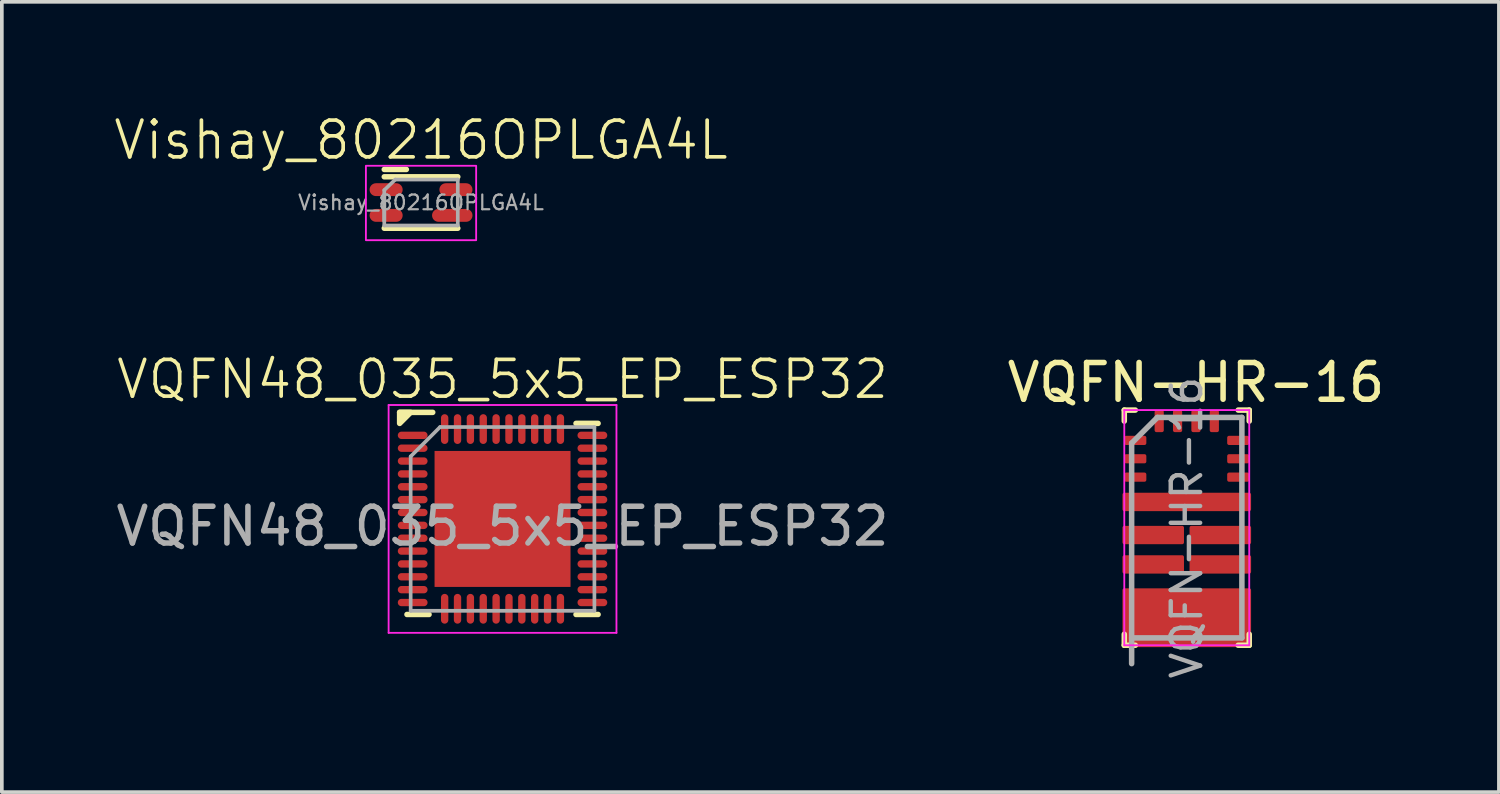
<source format=kicad_pcb>
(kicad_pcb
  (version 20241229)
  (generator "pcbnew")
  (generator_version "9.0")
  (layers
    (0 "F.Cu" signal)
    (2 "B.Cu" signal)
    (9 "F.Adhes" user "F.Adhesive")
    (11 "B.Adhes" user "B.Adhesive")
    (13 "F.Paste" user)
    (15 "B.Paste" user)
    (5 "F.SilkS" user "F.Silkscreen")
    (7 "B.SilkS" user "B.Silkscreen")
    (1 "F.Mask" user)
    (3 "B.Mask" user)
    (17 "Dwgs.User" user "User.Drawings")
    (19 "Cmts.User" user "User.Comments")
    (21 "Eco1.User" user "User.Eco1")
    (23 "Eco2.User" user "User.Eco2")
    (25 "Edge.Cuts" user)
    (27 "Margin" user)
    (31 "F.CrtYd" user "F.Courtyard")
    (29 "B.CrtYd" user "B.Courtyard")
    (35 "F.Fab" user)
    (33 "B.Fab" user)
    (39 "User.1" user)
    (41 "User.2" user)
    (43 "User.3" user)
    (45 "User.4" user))
  (footprint "Vishay_80216OPLGA4L"
    (layer "F.Cu")
    (at 8.407 2.461)
    (property "Reference" "Vishay_80216OPLGA4L" (at 0 -1.7 0) (unlocked yes) (layer "F.SilkS") (effects (font (size 1 1) (thickness 0.1))))
    (attr smd)
    (fp_line (start -1 0.7) (end 1 0.7) (stroke (width 0.15) (type default)) (layer "F.SilkS"))
    (fp_line (start -0.4 -0.9) (end -1 -0.9) (stroke (width 0.15) (type default)) (layer "F.SilkS"))
    (fp_line (start 1 -0.7) (end -1 -0.7) (stroke (width 0.15) (type default)) (layer "F.SilkS"))
    (fp_rect (start -1.5 -1) (end 1.5 1.025) (stroke (width 0.05) (type default)) (fill no) (layer "F.CrtYd"))
    (fp_line (start -1 -0.338) (end -0.7 -0.625) (stroke (width 0.1) (type default)) (layer "F.Fab"))
    (fp_line (start -1 0.5) (end -1 -0.225) (stroke (width 0.1) (type default)) (layer "F.Fab"))
    (fp_line (start -1 0.625) (end -1 -0.338) (stroke (width 0.1) (type default)) (layer "F.Fab"))
    (fp_line (start -0.7 -0.625) (end 1 -0.625) (stroke (width 0.1) (type default)) (layer "F.Fab"))
    (fp_line (start 1 0.625) (end -1 0.625) (stroke (width 0.1) (type default)) (layer "F.Fab"))
    (fp_line (start 1 0.625) (end 1 -0.625) (stroke (width 0.1) (type default)) (layer "F.Fab"))
    (fp_text user "${REFERENCE}" (at 0 0 0) (layer "F.Fab") (effects (font (size 0.4 0.4) (thickness 0.06))))
    (pad "1" smd oval (at -0.95 -0.35) (size 0.9 0.35) (layers "F.Cu" "F.Mask" "F.Paste"))
    (pad "2" smd oval (at -0.95 0.35) (size 0.9 0.35) (layers "F.Cu" "F.Mask" "F.Paste"))
    (pad "3" smd oval (at 0.85 0.35) (size 1.1 0.35) (layers "F.Cu" "F.Mask" "F.Paste"))
    (pad "4" smd oval (at 0.95 -0.35) (size 0.9 0.35) (layers "F.Cu" "F.Mask" "F.Paste")))
  (footprint "VQFN48_035_5x5_EP_ESP32"
    (layer "F.Cu")
    (at 10.625 11.071)
    (property "Reference" "VQFN48_035_5x5_EP_ESP32" (at 0 -3.8 0) (unlocked yes) (layer "F.SilkS") (effects (font (size 1 1) (thickness 0.1))))
    (attr smd)
    (fp_line (start -2.6 2.6) (end -2 2.6) (stroke (width 0.15) (type default)) (layer "F.SilkS"))
    (fp_line (start -1.9 -2.9) (end -2.8 -2.9) (stroke (width 0.15) (type default)) (layer "F.SilkS"))
    (fp_line (start 2.6 -2.6) (end 2 -2.6) (stroke (width 0.15) (type default)) (layer "F.SilkS"))
    (fp_line (start 2.6 2.6) (end 2 2.6) (stroke (width 0.15) (type default)) (layer "F.SilkS"))
    (fp_poly (pts (xy -2.8 -2.6) (xy -2.8 -2.9) (xy -2.5 -2.9)) (stroke (width 0.15) (type solid)) (fill yes) (layer "F.SilkS"))
    (fp_poly (pts (xy -1.49 -1.49) (xy -0.18 -1.49) (xy -0.18 -0.18) (xy -1.49 -0.18)) (stroke (width 0.01) (type solid)) (fill yes) (layer "F.Paste"))
    (fp_poly (pts (xy -1.49 0.18) (xy -0.18 0.18) (xy -0.18 1.49) (xy -1.49 1.49)) (stroke (width 0.01) (type solid)) (fill yes) (layer "F.Paste"))
    (fp_poly (pts (xy 0.18 -1.49) (xy 1.49 -1.49) (xy 1.49 -0.18) (xy 0.18 -0.18)) (stroke (width 0.01) (type solid)) (fill yes) (layer "F.Paste"))
    (fp_poly (pts (xy 0.18 0.18) (xy 1.49 0.18) (xy 1.49 1.49) (xy 0.18 1.49)) (stroke (width 0.01) (type solid)) (fill yes) (layer "F.Paste"))
    (fp_line (start -3.1 -3.1) (end 3.1 -3.1) (stroke (width 0.05) (type solid)) (layer "F.CrtYd"))
    (fp_line (start -3.1 3.1) (end -3.1 -3.1) (stroke (width 0.05) (type solid)) (layer "F.CrtYd"))
    (fp_line (start 3.1 -3.1) (end 3.1 3.1) (stroke (width 0.05) (type solid)) (layer "F.CrtYd"))
    (fp_line (start 3.1 3.1) (end -3.1 3.1) (stroke (width 0.05) (type solid)) (layer "F.CrtYd"))
    (fp_line (start -2.5 -1.7) (end -2.5 2.5) (stroke (width 0.1) (type solid)) (layer "F.Fab"))
    (fp_line (start -2.5 -1.7) (end -1.7 -2.5) (stroke (width 0.1) (type default)) (layer "F.Fab"))
    (fp_line (start -2.5 2.5) (end 2.5 2.5) (stroke (width 0.1) (type solid)) (layer "F.Fab"))
    (fp_line (start 2.5 -2.5) (end -1.7 -2.5) (stroke (width 0.1) (type solid)) (layer "F.Fab"))
    (fp_line (start 2.5 2.5) (end 2.5 -2.5) (stroke (width 0.1) (type solid)) (layer "F.Fab"))
    (fp_text user "${REFERENCE}" (at 0 0.2 0) (unlocked yes) (layer "F.Fab") (effects (font (size 1 1) (thickness 0.15))))
    (pad "1" smd oval (at -2.445 -2.275) (size 0.81 0.2) (layers "F.Cu" "F.Mask" "F.Paste"))
    (pad "2" smd oval (at -2.445 -1.925) (size 0.81 0.2) (layers "F.Cu" "F.Mask" "F.Paste"))
    (pad "3" smd oval (at -2.445 -1.575) (size 0.81 0.2) (layers "F.Cu" "F.Mask" "F.Paste"))
    (pad "4" smd oval (at -2.445 -1.225) (size 0.81 0.2) (layers "F.Cu" "F.Mask" "F.Paste"))
    (pad "5" smd oval (at -2.445 -0.875) (size 0.81 0.2) (layers "F.Cu" "F.Mask" "F.Paste"))
    (pad "6" smd oval (at -2.445 -0.525) (size 0.81 0.2) (layers "F.Cu" "F.Mask" "F.Paste"))
    (pad "7" smd oval (at -2.445 -0.175) (size 0.81 0.2) (layers "F.Cu" "F.Mask" "F.Paste"))
    (pad "8" smd oval (at -2.445 0.175) (size 0.81 0.2) (layers "F.Cu" "F.Mask" "F.Paste"))
    (pad "9" smd oval (at -2.445 0.525) (size 0.81 0.2) (layers "F.Cu" "F.Mask" "F.Paste"))
    (pad "10" smd oval (at -2.445 0.875) (size 0.81 0.2) (layers "F.Cu" "F.Mask" "F.Paste"))
    (pad "11" smd oval (at -2.445 1.225) (size 0.81 0.2) (layers "F.Cu" "F.Mask" "F.Paste"))
    (pad "12" smd oval (at -2.445 1.575) (size 0.81 0.2) (layers "F.Cu" "F.Mask" "F.Paste"))
    (pad "13" smd oval (at -2.445 1.925) (size 0.81 0.2) (layers "F.Cu" "F.Mask" "F.Paste"))
    (pad "14" smd oval (at -2.445 2.275) (size 0.81 0.2) (layers "F.Cu" "F.Mask" "F.Paste"))
    (pad "15" smd oval (at -1.575 2.445) (size 0.2 0.81) (layers "F.Cu" "F.Mask" "F.Paste"))
    (pad "16" smd oval (at -1.225 2.445) (size 0.2 0.81) (layers "F.Cu" "F.Mask" "F.Paste"))
    (pad "17" smd oval (at -0.875 2.445) (size 0.2 0.81) (layers "F.Cu" "F.Mask" "F.Paste"))
    (pad "18" smd oval (at -0.525 2.445) (size 0.2 0.81) (layers "F.Cu" "F.Mask" "F.Paste"))
    (pad "19" smd oval (at -0.175 2.445) (size 0.2 0.81) (layers "F.Cu" "F.Mask" "F.Paste"))
    (pad "20" smd oval (at 0.175 2.445) (size 0.2 0.81) (layers "F.Cu" "F.Mask" "F.Paste"))
    (pad "21" smd oval (at 0.525 2.445) (size 0.2 0.81) (layers "F.Cu" "F.Mask" "F.Paste"))
    (pad "22" smd oval (at 0.875 2.445) (size 0.2 0.81) (layers "F.Cu" "F.Mask" "F.Paste"))
    (pad "23" smd oval (at 1.225 2.445) (size 0.2 0.81) (layers "F.Cu" "F.Mask" "F.Paste"))
    (pad "24" smd oval (at 1.575 2.445) (size 0.2 0.81) (layers "F.Cu" "F.Mask" "F.Paste"))
    (pad "25" smd oval (at 2.445 2.275) (size 0.81 0.2) (layers "F.Cu" "F.Mask" "F.Paste"))
    (pad "26" smd oval (at 2.445 1.925) (size 0.81 0.2) (layers "F.Cu" "F.Mask" "F.Paste"))
    (pad "27" smd oval (at 2.445 1.575) (size 0.81 0.2) (layers "F.Cu" "F.Mask" "F.Paste"))
    (pad "28" smd oval (at 2.445 1.225) (size 0.81 0.2) (layers "F.Cu" "F.Mask" "F.Paste"))
    (pad "29" smd oval (at 2.445 0.875) (size 0.81 0.2) (layers "F.Cu" "F.Mask" "F.Paste"))
    (pad "30" smd oval (at 2.445 0.525) (size 0.81 0.2) (layers "F.Cu" "F.Mask" "F.Paste"))
    (pad "31" smd oval (at 2.445 0.175) (size 0.81 0.2) (layers "F.Cu" "F.Mask" "F.Paste"))
    (pad "32" smd oval (at 2.445 -0.175) (size 0.81 0.2) (layers "F.Cu" "F.Mask" "F.Paste"))
    (pad "33" smd oval (at 2.445 -0.525) (size 0.81 0.2) (layers "F.Cu" "F.Mask" "F.Paste"))
    (pad "34" smd oval (at 2.445 -0.875) (size 0.81 0.2) (layers "F.Cu" "F.Mask" "F.Paste"))
    (pad "35" smd oval (at 2.445 -1.225) (size 0.81 0.2) (layers "F.Cu" "F.Mask" "F.Paste"))
    (pad "36" smd oval (at 2.445 -1.575) (size 0.81 0.2) (layers "F.Cu" "F.Mask" "F.Paste"))
    (pad "37" smd oval (at 2.445 -1.925) (size 0.81 0.2) (layers "F.Cu" "F.Mask" "F.Paste"))
    (pad "38" smd oval (at 2.445 -2.275) (size 0.81 0.2) (layers "F.Cu" "F.Mask" "F.Paste"))
    (pad "39" smd oval (at 1.575 -2.445) (size 0.2 0.81) (layers "F.Cu" "F.Mask" "F.Paste"))
    (pad "40" smd oval (at 1.225 -2.445) (size 0.2 0.81) (layers "F.Cu" "F.Mask" "F.Paste"))
    (pad "41" smd oval (at 0.875 -2.445) (size 0.2 0.81) (layers "F.Cu" "F.Mask" "F.Paste"))
    (pad "42" smd oval (at 0.525 -2.445) (size 0.2 0.81) (layers "F.Cu" "F.Mask" "F.Paste"))
    (pad "43" smd oval (at 0.175 -2.445) (size 0.2 0.81) (layers "F.Cu" "F.Mask" "F.Paste"))
    (pad "44" smd oval (at -0.175 -2.445) (size 0.2 0.81) (layers "F.Cu" "F.Mask" "F.Paste"))
    (pad "45" smd oval (at -0.525 -2.445) (size 0.2 0.81) (layers "F.Cu" "F.Mask" "F.Paste"))
    (pad "46" smd oval (at -0.875 -2.445) (size 0.2 0.81) (layers "F.Cu" "F.Mask" "F.Paste"))
    (pad "47" smd oval (at -1.225 -2.445) (size 0.2 0.81) (layers "F.Cu" "F.Mask" "F.Paste"))
    (pad "48" smd oval (at -1.575 -2.445) (size 0.2 0.81) (layers "F.Cu" "F.Mask" "F.Paste"))
    (pad "49" smd rect (at 0 0) (size 3.7 3.7) (layers "F.Cu" "F.Mask")))
  (footprint "VQFN-HR-16"
    (layer "F.Cu")
    (at 29.244 11.309)
    (property "Reference" "VQFN-HR-16" (at 0.25 -3.95 0) (layer "F.SilkS") (effects (font (size 1 1) (thickness 0.15))))
    (attr smd)
    (fp_rect (start -1.7 -0.575) (end 1.7 -0.825) (stroke (width 0) (type solid)) (fill yes) (layer "F.Mask"))
    (fp_rect (start -1.7 2.025) (end 1.7 1.775) (stroke (width 0) (type solid)) (fill yes) (layer "F.Mask"))
    (fp_rect (start -1.35 -0.5) (end 1.35 -0.9) (stroke (width 0) (type solid)) (fill yes) (layer "F.Mask"))
    (fp_rect (start -1.35 0) (end -0.126 0.4) (stroke (width 0) (type solid)) (fill yes) (layer "F.Mask"))
    (fp_rect (start -1.35 0.8) (end -0.126 1.2) (stroke (width 0) (type solid)) (fill yes) (layer "F.Mask"))
    (fp_rect (start -1.35 2.1) (end 1.35 1.7) (stroke (width 0) (type solid)) (fill yes) (layer "F.Mask"))
    (fp_rect (start -0.875 1.9) (end -0.625 3.2) (stroke (width 0) (type solid)) (fill yes) (layer "F.Mask"))
    (fp_rect (start -0.375 1.9) (end -0.125 3.2) (stroke (width 0) (type solid)) (fill yes) (layer "F.Mask"))
    (fp_rect (start -0.126 0.075) (end -1.7 0.325) (stroke (width 0) (type solid)) (fill yes) (layer "F.Mask"))
    (fp_rect (start -0.126 0.875) (end -1.7 1.125) (stroke (width 0) (type solid)) (fill yes) (layer "F.Mask"))
    (fp_rect (start 0.125 1.9) (end 0.375 3.2) (stroke (width 0) (type solid)) (fill yes) (layer "F.Mask"))
    (fp_rect (start 0.126 0) (end 1.35 0.4) (stroke (width 0) (type solid)) (fill yes) (layer "F.Mask"))
    (fp_rect (start 0.126 0.8) (end 1.35 1.2) (stroke (width 0) (type solid)) (fill yes) (layer "F.Mask"))
    (fp_rect (start 0.625 1.9) (end 0.875 3.2) (stroke (width 0) (type solid)) (fill yes) (layer "F.Mask"))
    (fp_rect (start 1.7 0.075) (end 0.126 0.325) (stroke (width 0) (type solid)) (fill yes) (layer "F.Mask"))
    (fp_rect (start 1.7 0.875) (end 0.126 1.125) (stroke (width 0) (type solid)) (fill yes) (layer "F.Mask"))
    (fp_line (start -1.7 -3.2) (end -1.7 -2.9) (stroke (width 0.15) (type solid)) (layer "F.SilkS"))
    (fp_line (start -1.7 -3.2) (end -1.4 -3.2) (stroke (width 0.15) (type solid)) (layer "F.SilkS"))
    (fp_line (start -1.7 3.2) (end -1.7 2.9) (stroke (width 0.15) (type solid)) (layer "F.SilkS"))
    (fp_line (start -1.7 3.2) (end -1.4 3.2) (stroke (width 0.15) (type solid)) (layer "F.SilkS"))
    (fp_line (start 1.7 -3.2) (end 1.4 -3.2) (stroke (width 0.15) (type solid)) (layer "F.SilkS"))
    (fp_line (start 1.7 -3.2) (end 1.7 -2.9) (stroke (width 0.15) (type solid)) (layer "F.SilkS"))
    (fp_line (start 1.7 3.2) (end 1.4 3.2) (stroke (width 0.15) (type solid)) (layer "F.SilkS"))
    (fp_line (start 1.7 3.2) (end 1.7 2.9) (stroke (width 0.15) (type solid)) (layer "F.SilkS"))
    (fp_rect (start -1.35 -0.9) (end -0.126 -0.5) (stroke (width 0) (type solid)) (fill yes) (layer "F.Paste"))
    (fp_rect (start -1.35 0) (end -0.126 0.4) (stroke (width 0) (type solid)) (fill yes) (layer "F.Paste"))
    (fp_rect (start -1.35 0.8) (end -0.126 1.2) (stroke (width 0) (type solid)) (fill yes) (layer "F.Paste"))
    (fp_rect (start -1.35 1.7) (end -0.126 2.1) (stroke (width 0) (type solid)) (fill yes) (layer "F.Paste"))
    (fp_rect (start -0.875 2.3) (end -0.625 3.2) (stroke (width 0) (type solid)) (fill yes) (layer "F.Paste"))
    (fp_rect (start -0.375 2.3) (end -0.125 3.2) (stroke (width 0) (type solid)) (fill yes) (layer "F.Paste"))
    (fp_rect (start -0.126 -0.825) (end -1.7 -0.575) (stroke (width 0) (type solid)) (fill yes) (layer "F.Paste"))
    (fp_rect (start -0.126 0.075) (end -1.7 0.325) (stroke (width 0) (type solid)) (fill yes) (layer "F.Paste"))
    (fp_rect (start -0.126 0.875) (end -1.7 1.125) (stroke (width 0) (type solid)) (fill yes) (layer "F.Paste"))
    (fp_rect (start -0.126 1.775) (end -1.7 2.025) (stroke (width 0) (type solid)) (fill yes) (layer "F.Paste"))
    (fp_rect (start 0.125 2.3) (end 0.375 3.2) (stroke (width 0) (type solid)) (fill yes) (layer "F.Paste"))
    (fp_rect (start 0.126 -0.9) (end 1.35 -0.5) (stroke (width 0) (type solid)) (fill yes) (layer "F.Paste"))
    (fp_rect (start 0.126 0) (end 1.35 0.4) (stroke (width 0) (type solid)) (fill yes) (layer "F.Paste"))
    (fp_rect (start 0.126 0.8) (end 1.35 1.2) (stroke (width 0) (type solid)) (fill yes) (layer "F.Paste"))
    (fp_rect (start 0.126 1.7) (end 1.35 2.1) (stroke (width 0) (type solid)) (fill yes) (layer "F.Paste"))
    (fp_rect (start 0.625 2.3) (end 0.875 3.2) (stroke (width 0) (type solid)) (fill yes) (layer "F.Paste"))
    (fp_rect (start 1.7 -0.825) (end 0.126 -0.575) (stroke (width 0) (type solid)) (fill yes) (layer "F.Paste"))
    (fp_rect (start 1.7 0.075) (end 0.126 0.325) (stroke (width 0) (type solid)) (fill yes) (layer "F.Paste"))
    (fp_rect (start 1.7 0.875) (end 0.126 1.125) (stroke (width 0) (type solid)) (fill yes) (layer "F.Paste"))
    (fp_rect (start 1.7 1.775) (end 0.126 2.025) (stroke (width 0) (type solid)) (fill yes) (layer "F.Paste"))
    (fp_line (start -1.7 -3.2) (end 1.7 -3.2) (stroke (width 0.05) (type solid)) (layer "F.CrtYd"))
    (fp_line (start -1.7 3.2) (end -1.7 -3.2) (stroke (width 0.05) (type solid)) (layer "F.CrtYd"))
    (fp_line (start 1.7 -3.2) (end 1.7 3.2) (stroke (width 0.05) (type solid)) (layer "F.CrtYd"))
    (fp_line (start 1.7 3.2) (end -1.7 3.2) (stroke (width 0.05) (type solid)) (layer "F.CrtYd"))
    (fp_line (start -1.5 -2.3) (end -0.8 -3) (stroke (width 0.15) (type default)) (layer "F.Fab"))
    (fp_line (start -1.5 3) (end 1.5 3) (stroke (width 0.15) (type solid)) (layer "F.Fab"))
    (fp_line (start -1.5 3.7) (end -1.5 -2.3) (stroke (width 0.15) (type solid)) (layer "F.Fab"))
    (fp_line (start 1.5 -3) (end -0.8 -3) (stroke (width 0.15) (type solid)) (layer "F.Fab"))
    (fp_line (start 1.5 3) (end 1.5 -3) (stroke (width 0.15) (type solid)) (layer "F.Fab"))
    (fp_text user "${REFERENCE}" (at 0 0 90) (layer "F.Fab") (effects (font (size 0.8 0.8) (thickness 0.12))))
    (pad "1" smd roundrect (at -1.4 -2.375 90) (size 0.25 0.6) (layers "F.Cu" "F.Mask" "F.Paste") (roundrect_rratio 0.2))
    (pad "2" smd roundrect (at -1.4 -1.875 90) (size 0.25 0.6) (layers "F.Cu" "F.Mask" "F.Paste") (roundrect_rratio 0.2))
    (pad "3" smd roundrect (at -1.4 -1.375 90) (size 0.25 0.6) (layers "F.Cu" "F.Mask" "F.Paste") (roundrect_rratio 0.2))
    (pad "4" smd roundrect (at 0 -0.7 90) (size 0.5 3.5) (layers "F.Cu") (roundrect_rratio 0.1))
    (pad "5" smd roundrect (at -0.913 0.2 90) (size 0.5 1.675) (layers "F.Cu") (roundrect_rratio 0.1))
    (pad "6" smd roundrect (at -0.913 1 90) (size 0.5 1.675) (layers "F.Cu") (roundrect_rratio 0.1))
    (pad "7" smd roundrect (at 0 2.45 90) (size 1.6 3.5) (layers "F.Cu") (roundrect_rratio 0.031))
    (pad "8" smd roundrect (at 0.913 1 90) (size 0.5 1.675) (layers "F.Cu") (roundrect_rratio 0.1))
    (pad "9" smd roundrect (at 0.913 0.2 90) (size 0.5 1.675) (layers "F.Cu") (roundrect_rratio 0.1))
    (pad "10" smd roundrect (at 1.4 -1.375 90) (size 0.25 0.6) (layers "F.Cu" "F.Mask" "F.Paste") (roundrect_rratio 0.2))
    (pad "11" smd roundrect (at 1.4 -1.875 90) (size 0.25 0.6) (layers "F.Cu" "F.Mask" "F.Paste") (roundrect_rratio 0.2))
    (pad "12" smd roundrect (at 1.4 -2.375 90) (size 0.25 0.6) (layers "F.Cu" "F.Mask" "F.Paste") (roundrect_rratio 0.2))
    (pad "13" smd roundrect (at 0.75 -2.9 180) (size 0.25 0.6) (layers "F.Cu" "F.Mask" "F.Paste") (roundrect_rratio 0.2))
    (pad "14" smd roundrect (at 0.25 -2.9 180) (size 0.25 0.6) (layers "F.Cu" "F.Mask" "F.Paste") (roundrect_rratio 0.2))
    (pad "15" smd roundrect (at -0.25 -2.9 180) (size 0.25 0.6) (layers "F.Cu" "F.Mask" "F.Paste") (roundrect_rratio 0.2))
    (pad "16" smd roundrect (at -0.75 -2.9 180) (size 0.25 0.6) (layers "F.Cu" "F.Mask" "F.Paste") (roundrect_rratio 0.2)))
  (gr_rect
    (start -3 -3)
    (end 37.738 18.504)
    (stroke (width 0.1) (type default))
    (fill no)
    (layer "Edge.Cuts")))
</source>
